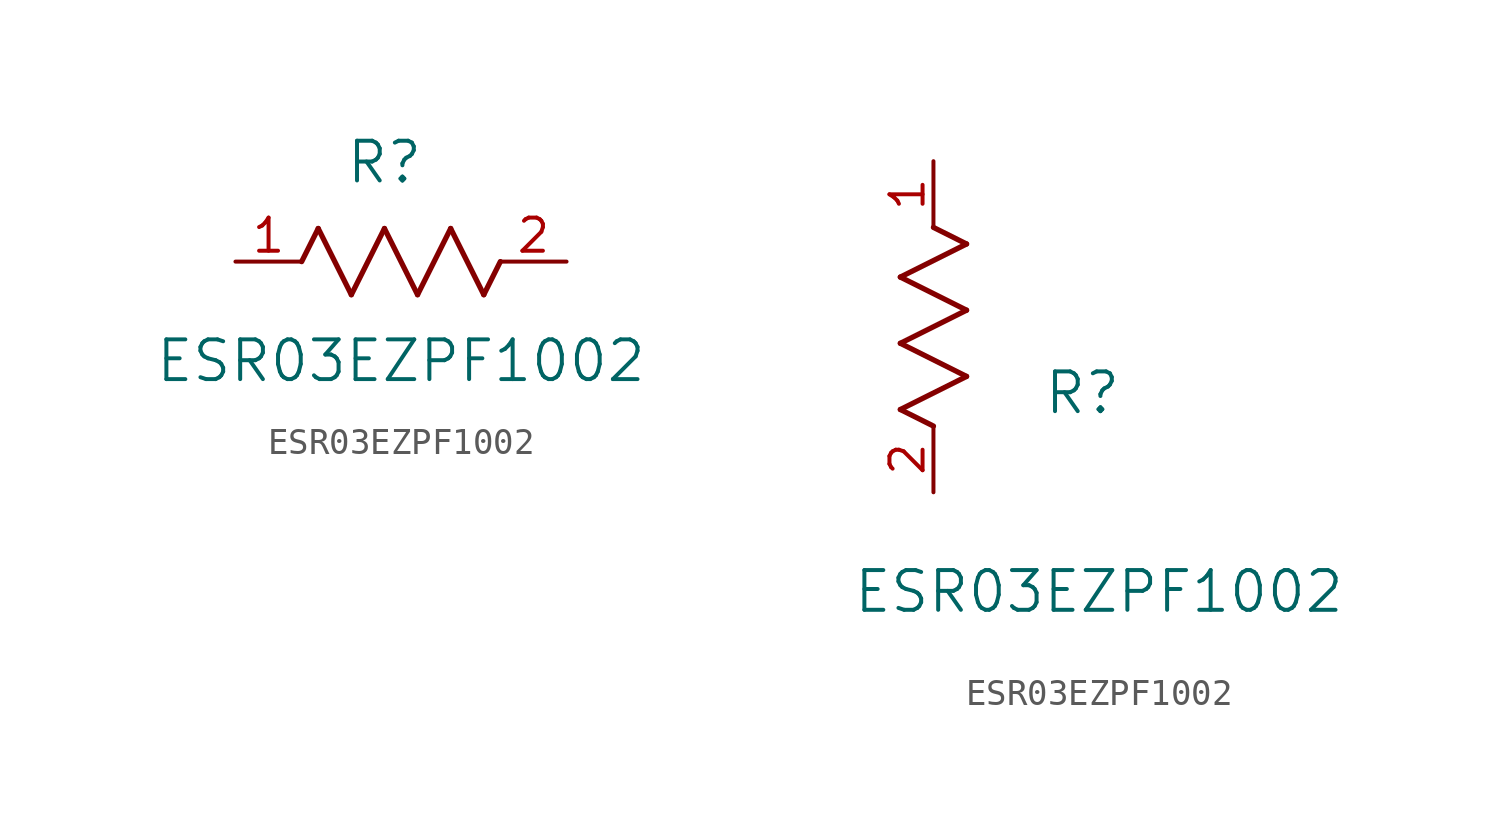
<source format=kicad_sym>
(kicad_symbol_lib
  (version 20211014)
  (generator kicad_symbol_editor)
  (symbol "ESR03EZPF1002"
    (pin_names
      (offset 0.254))
    (property "Reference" "R"
      (at 5.715 3.81 0)
      (effects (font (size 1.524 1.524))))
    (property "Value" "ESR03EZPF1002"
      (at 6.35 -3.81 0)
      (effects (font (size 1.524 1.524))))
    (symbol "ESR03EZPF1002_1_1"
      (polyline (pts (xy 3.175 1.27) (xy 4.445 -1.27)) (stroke (width 0.203) (type default) (color 0 0 0 0)) (fill (type none)))
      (polyline (pts (xy 4.445 -1.27) (xy 5.715 1.27)) (stroke (width 0.203) (type default) (color 0 0 0 0)) (fill (type none)))
      (polyline (pts (xy 5.715 1.27) (xy 6.985 -1.27)) (stroke (width 0.203) (type default) (color 0 0 0 0)) (fill (type none)))
      (polyline (pts (xy 6.985 -1.27) (xy 8.255 1.27)) (stroke (width 0.203) (type default) (color 0 0 0 0)) (fill (type none)))
      (polyline (pts (xy 8.255 1.27) (xy 9.525 -1.27)) (stroke (width 0.203) (type default) (color 0 0 0 0)) (fill (type none)))
      (polyline (pts (xy 2.54 0) (xy 3.175 1.27)) (stroke (width 0.203) (type default) (color 0 0 0 0)) (fill (type none)))
      (polyline (pts (xy 9.525 -1.27) (xy 10.16 0)) (stroke (width 0.203) (type default) (color 0 0 0 0)) (fill (type none)))
      (pin unspecified line (at 0 0 0) (length 2.54) (name "" (effects (font (size 1.27 1.27)))) (number "1" (effects (font (size 1.27 1.27)))))
      (pin unspecified line (at 12.7 0 180) (length 2.54) (name "" (effects (font (size 1.27 1.27)))) (number "2" (effects (font (size 1.27 1.27))))))
    (symbol "ESR03EZPF1002_1_2"
      (polyline (pts (xy 0 2.54) (xy -1.27 3.175)) (stroke (width 0.203) (type default) (color 0 0 0 0)) (fill (type none)))
      (polyline (pts (xy -1.27 3.175) (xy 1.27 4.445)) (stroke (width 0.203) (type default) (color 0 0 0 0)) (fill (type none)))
      (polyline (pts (xy 1.27 4.445) (xy -1.27 5.715)) (stroke (width 0.203) (type default) (color 0 0 0 0)) (fill (type none)))
      (polyline (pts (xy -1.27 5.715) (xy 1.27 6.985)) (stroke (width 0.203) (type default) (color 0 0 0 0)) (fill (type none)))
      (polyline (pts (xy -1.27 8.255) (xy 1.27 9.525)) (stroke (width 0.203) (type default) (color 0 0 0 0)) (fill (type none)))
      (polyline (pts (xy 1.27 9.525) (xy 0 10.16)) (stroke (width 0.203) (type default) (color 0 0 0 0)) (fill (type none)))
      (polyline (pts (xy 1.27 6.985) (xy -1.27 8.255)) (stroke (width 0.203) (type default) (color 0 0 0 0)) (fill (type none)))
      (pin unspecified line (at 0 12.7 270) (length 2.54) (name "" (effects (font (size 1.27 1.27)))) (number "1" (effects (font (size 1.27 1.27)))))
      (pin unspecified line (at 0 0 90) (length 2.54) (name "" (effects (font (size 1.27 1.27)))) (number "2" (effects (font (size 1.27 1.27))))))))
</source>
